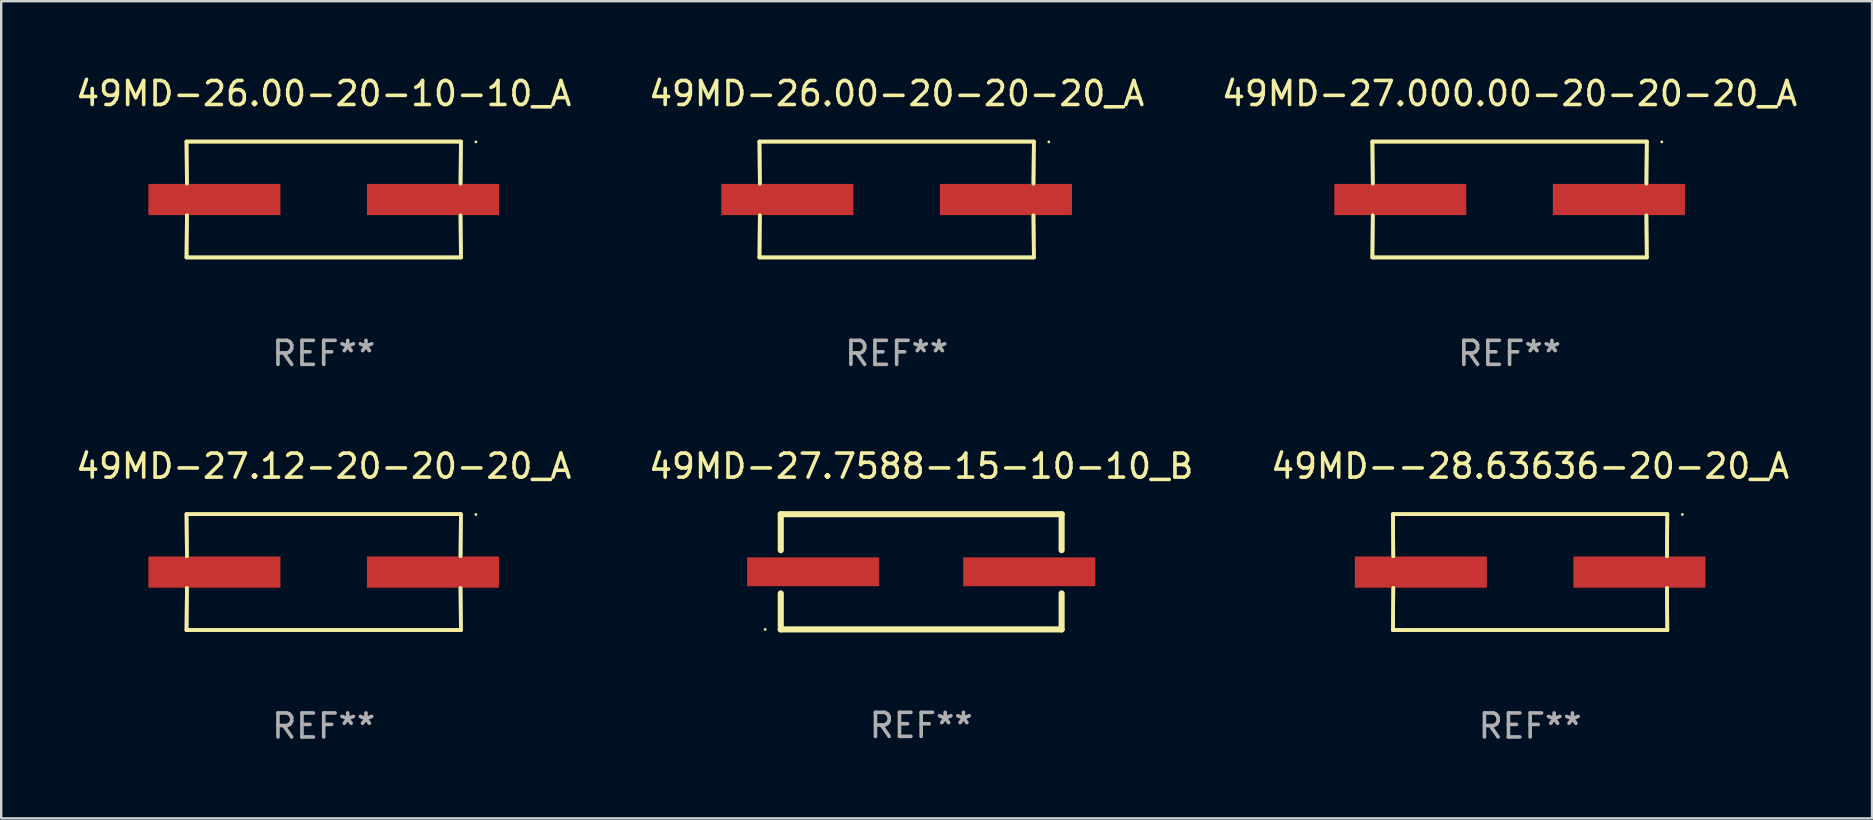
<source format=kicad_pcb>
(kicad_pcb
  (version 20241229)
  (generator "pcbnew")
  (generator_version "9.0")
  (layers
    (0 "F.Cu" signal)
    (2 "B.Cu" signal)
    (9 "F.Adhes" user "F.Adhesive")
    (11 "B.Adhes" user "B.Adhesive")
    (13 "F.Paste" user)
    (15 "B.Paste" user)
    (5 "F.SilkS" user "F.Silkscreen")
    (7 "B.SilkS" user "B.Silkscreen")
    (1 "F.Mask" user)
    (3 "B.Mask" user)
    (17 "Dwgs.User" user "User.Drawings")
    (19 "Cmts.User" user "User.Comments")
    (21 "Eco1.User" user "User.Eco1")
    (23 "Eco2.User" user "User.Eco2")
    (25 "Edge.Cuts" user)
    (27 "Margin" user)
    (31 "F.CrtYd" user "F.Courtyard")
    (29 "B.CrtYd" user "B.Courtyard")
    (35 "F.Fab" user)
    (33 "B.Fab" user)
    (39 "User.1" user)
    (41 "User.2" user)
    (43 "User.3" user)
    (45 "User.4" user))
  (footprint "49MD-27.000.00-20-20-20_A"
    (layer "F.Cu")
    (at 59.839 5.261)
    (property "Reference" "49MD-27.000.00-20-20-20_A" (at 0 -4.413 0) (layer "F.SilkS") (effects (font (size 1 1) (thickness 0.15))))
    (attr through_hole)
    (fp_line (start -5.715 -2.413) (end -5.7 -0.662) (stroke (width 0.152) (type solid)) (layer "F.SilkS"))
    (fp_line (start -5.715 -2.413) (end -5.7 -0.662) (stroke (width 0.152) (type solid)) (layer "F.SilkS"))
    (fp_line (start -5.715 2.413) (end 5.715 2.413) (stroke (width 0.152) (type solid)) (layer "F.SilkS"))
    (fp_line (start -5.715 2.413) (end 5.715 2.413) (stroke (width 0.152) (type solid)) (layer "F.SilkS"))
    (fp_line (start -5.7 0.662) (end -5.715 2.413) (stroke (width 0.152) (type solid)) (layer "F.SilkS"))
    (fp_line (start -5.7 0.662) (end -5.715 2.413) (stroke (width 0.152) (type solid)) (layer "F.SilkS"))
    (fp_line (start 5.7 -0.662) (end 5.715 -2.413) (stroke (width 0.152) (type solid)) (layer "F.SilkS"))
    (fp_line (start 5.7 -0.662) (end 5.715 -2.413) (stroke (width 0.152) (type solid)) (layer "F.SilkS"))
    (fp_line (start 5.715 -2.413) (end -5.715 -2.413) (stroke (width 0.152) (type solid)) (layer "F.SilkS"))
    (fp_line (start 5.715 -2.413) (end -5.715 -2.413) (stroke (width 0.152) (type solid)) (layer "F.SilkS"))
    (fp_line (start 5.715 2.413) (end 5.7 0.662) (stroke (width 0.152) (type solid)) (layer "F.SilkS"))
    (fp_line (start 5.715 2.413) (end 5.7 0.662) (stroke (width 0.152) (type solid)) (layer "F.SilkS"))
    (fp_circle (center 6.34 -2.4) (end 6.37 -2.4) (stroke (width 0.06) (type solid)) (fill no) (layer "F.SilkS"))
    (fp_text user "REF**" (at 0 6.413 0) (layer "F.Fab") (effects (font (size 1 1) (thickness 0.15))))
    (pad "1" smd rect (at 4.553 0) (size 5.5 1.3) (layers "F.Cu" "F.Mask" "F.Paste"))
    (pad "2" smd rect (at -4.553 0) (size 5.5 1.3) (layers "F.Cu" "F.Mask" "F.Paste")))
  (footprint "49MD--28.63636-20-20_A"
    (layer "F.Cu")
    (at 60.696 20.784)
    (property "Reference" "49MD--28.63636-20-20_A" (at 0 -4.413 0) (layer "F.SilkS") (effects (font (size 1 1) (thickness 0.15))))
    (attr through_hole)
    (fp_line (start -5.715 -2.413) (end -5.7 -0.662) (stroke (width 0.152) (type solid)) (layer "F.SilkS"))
    (fp_line (start -5.715 -2.413) (end -5.7 -0.662) (stroke (width 0.152) (type solid)) (layer "F.SilkS"))
    (fp_line (start -5.715 2.413) (end 5.715 2.413) (stroke (width 0.152) (type solid)) (layer "F.SilkS"))
    (fp_line (start -5.715 2.413) (end 5.715 2.413) (stroke (width 0.152) (type solid)) (layer "F.SilkS"))
    (fp_line (start -5.7 0.662) (end -5.715 2.413) (stroke (width 0.152) (type solid)) (layer "F.SilkS"))
    (fp_line (start -5.7 0.662) (end -5.715 2.413) (stroke (width 0.152) (type solid)) (layer "F.SilkS"))
    (fp_line (start 5.7 -0.662) (end 5.715 -2.413) (stroke (width 0.152) (type solid)) (layer "F.SilkS"))
    (fp_line (start 5.7 -0.662) (end 5.715 -2.413) (stroke (width 0.152) (type solid)) (layer "F.SilkS"))
    (fp_line (start 5.715 -2.413) (end -5.715 -2.413) (stroke (width 0.152) (type solid)) (layer "F.SilkS"))
    (fp_line (start 5.715 -2.413) (end -5.715 -2.413) (stroke (width 0.152) (type solid)) (layer "F.SilkS"))
    (fp_line (start 5.715 2.413) (end 5.7 0.662) (stroke (width 0.152) (type solid)) (layer "F.SilkS"))
    (fp_line (start 5.715 2.413) (end 5.7 0.662) (stroke (width 0.152) (type solid)) (layer "F.SilkS"))
    (fp_circle (center 6.34 -2.4) (end 6.37 -2.4) (stroke (width 0.06) (type solid)) (fill no) (layer "F.SilkS"))
    (fp_text user "REF**" (at 0 6.413 0) (layer "F.Fab") (effects (font (size 1 1) (thickness 0.15))))
    (pad "1" smd rect (at 4.553 0) (size 5.5 1.3) (layers "F.Cu" "F.Mask" "F.Paste"))
    (pad "2" smd rect (at -4.553 0) (size 5.5 1.3) (layers "F.Cu" "F.Mask" "F.Paste")))
  (footprint "49MD-27.7588-15-10-10_B"
    (layer "F.Cu")
    (at 35.327 20.771)
    (property "Reference" "49MD-27.7588-15-10-10_B" (at 0 -4.4 0) (layer "F.SilkS") (effects (font (size 1 1) (thickness 0.15))))
    (attr through_hole)
    (fp_line (start -5.85 -2.4) (end 5.85 -2.4) (stroke (width 0.254) (type solid)) (layer "F.SilkS"))
    (fp_line (start -5.85 -2.4) (end -5.85 -0.9) (stroke (width 0.254) (type solid)) (layer "F.SilkS"))
    (fp_line (start -5.85 2.4) (end 5.85 2.4) (stroke (width 0.254) (type solid)) (layer "F.SilkS"))
    (fp_line (start -5.85 0.9) (end -5.85 2.4) (stroke (width 0.254) (type solid)) (layer "F.SilkS"))
    (fp_line (start 5.85 -2.4) (end 5.85 -0.9) (stroke (width 0.254) (type solid)) (layer "F.SilkS"))
    (fp_line (start 5.85 0.9) (end 5.85 2.4) (stroke (width 0.254) (type solid)) (layer "F.SilkS"))
    (fp_circle (center -6.5 2.4) (end -6.47 2.4) (stroke (width 0.06) (type solid)) (fill no) (layer "F.SilkS"))
    (fp_text user "REF**" (at 0 6.4 0) (layer "F.Fab") (effects (font (size 1 1) (thickness 0.15))))
    (pad "1" smd rect (at -4.5 -0.000025) (size 5.5 1.2) (layers "F.Cu" "F.Mask" "F.Paste"))
    (pad "2" smd rect (at 4.5 -0.000025) (size 5.5 1.2) (layers "F.Cu" "F.Mask" "F.Paste")))
  (footprint "49MD-27.12-20-20-20_A"
    (layer "F.Cu")
    (at 10.435 20.784)
    (property "Reference" "49MD-27.12-20-20-20_A" (at 0 -4.413 0) (layer "F.SilkS") (effects (font (size 1 1) (thickness 0.15))))
    (attr through_hole)
    (fp_line (start -5.715 -2.413) (end -5.7 -0.662) (stroke (width 0.152) (type solid)) (layer "F.SilkS"))
    (fp_line (start -5.715 -2.413) (end -5.7 -0.662) (stroke (width 0.152) (type solid)) (layer "F.SilkS"))
    (fp_line (start -5.715 2.413) (end 5.715 2.413) (stroke (width 0.152) (type solid)) (layer "F.SilkS"))
    (fp_line (start -5.715 2.413) (end 5.715 2.413) (stroke (width 0.152) (type solid)) (layer "F.SilkS"))
    (fp_line (start -5.7 0.662) (end -5.715 2.413) (stroke (width 0.152) (type solid)) (layer "F.SilkS"))
    (fp_line (start -5.7 0.662) (end -5.715 2.413) (stroke (width 0.152) (type solid)) (layer "F.SilkS"))
    (fp_line (start 5.7 -0.662) (end 5.715 -2.413) (stroke (width 0.152) (type solid)) (layer "F.SilkS"))
    (fp_line (start 5.7 -0.662) (end 5.715 -2.413) (stroke (width 0.152) (type solid)) (layer "F.SilkS"))
    (fp_line (start 5.715 -2.413) (end -5.715 -2.413) (stroke (width 0.152) (type solid)) (layer "F.SilkS"))
    (fp_line (start 5.715 -2.413) (end -5.715 -2.413) (stroke (width 0.152) (type solid)) (layer "F.SilkS"))
    (fp_line (start 5.715 2.413) (end 5.7 0.662) (stroke (width 0.152) (type solid)) (layer "F.SilkS"))
    (fp_line (start 5.715 2.413) (end 5.7 0.662) (stroke (width 0.152) (type solid)) (layer "F.SilkS"))
    (fp_circle (center 6.34 -2.4) (end 6.37 -2.4) (stroke (width 0.06) (type solid)) (fill no) (layer "F.SilkS"))
    (fp_text user "REF**" (at 0 6.413 0) (layer "F.Fab") (effects (font (size 1 1) (thickness 0.15))))
    (pad "1" smd rect (at 4.553 0) (size 5.5 1.3) (layers "F.Cu" "F.Mask" "F.Paste"))
    (pad "2" smd rect (at -4.553 0) (size 5.5 1.3) (layers "F.Cu" "F.Mask" "F.Paste")))
  (footprint "49MD-26.00-20-10-10_A"
    (layer "F.Cu")
    (at 10.435 5.261)
    (property "Reference" "49MD-26.00-20-10-10_A" (at 0 -4.413 0) (layer "F.SilkS") (effects (font (size 1 1) (thickness 0.15))))
    (attr through_hole)
    (fp_line (start -5.715 -2.413) (end -5.7 -0.662) (stroke (width 0.152) (type solid)) (layer "F.SilkS"))
    (fp_line (start -5.715 -2.413) (end -5.7 -0.662) (stroke (width 0.152) (type solid)) (layer "F.SilkS"))
    (fp_line (start -5.715 2.413) (end 5.715 2.413) (stroke (width 0.152) (type solid)) (layer "F.SilkS"))
    (fp_line (start -5.715 2.413) (end 5.715 2.413) (stroke (width 0.152) (type solid)) (layer "F.SilkS"))
    (fp_line (start -5.7 0.662) (end -5.715 2.413) (stroke (width 0.152) (type solid)) (layer "F.SilkS"))
    (fp_line (start -5.7 0.662) (end -5.715 2.413) (stroke (width 0.152) (type solid)) (layer "F.SilkS"))
    (fp_line (start 5.7 -0.662) (end 5.715 -2.413) (stroke (width 0.152) (type solid)) (layer "F.SilkS"))
    (fp_line (start 5.7 -0.662) (end 5.715 -2.413) (stroke (width 0.152) (type solid)) (layer "F.SilkS"))
    (fp_line (start 5.715 -2.413) (end -5.715 -2.413) (stroke (width 0.152) (type solid)) (layer "F.SilkS"))
    (fp_line (start 5.715 -2.413) (end -5.715 -2.413) (stroke (width 0.152) (type solid)) (layer "F.SilkS"))
    (fp_line (start 5.715 2.413) (end 5.7 0.662) (stroke (width 0.152) (type solid)) (layer "F.SilkS"))
    (fp_line (start 5.715 2.413) (end 5.7 0.662) (stroke (width 0.152) (type solid)) (layer "F.SilkS"))
    (fp_circle (center 6.34 -2.4) (end 6.37 -2.4) (stroke (width 0.06) (type solid)) (fill no) (layer "F.SilkS"))
    (fp_text user "REF**" (at 0 6.413 0) (layer "F.Fab") (effects (font (size 1 1) (thickness 0.15))))
    (pad "1" smd rect (at 4.553 0) (size 5.5 1.3) (layers "F.Cu" "F.Mask" "F.Paste"))
    (pad "2" smd rect (at -4.553 0) (size 5.5 1.3) (layers "F.Cu" "F.Mask" "F.Paste")))
  (footprint "49MD-26.00-20-20-20_A"
    (layer "F.Cu")
    (at 34.304 5.261)
    (property "Reference" "49MD-26.00-20-20-20_A" (at 0 -4.413 0) (layer "F.SilkS") (effects (font (size 1 1) (thickness 0.15))))
    (attr through_hole)
    (fp_line (start -5.715 -2.413) (end -5.7 -0.662) (stroke (width 0.152) (type solid)) (layer "F.SilkS"))
    (fp_line (start -5.715 -2.413) (end -5.7 -0.662) (stroke (width 0.152) (type solid)) (layer "F.SilkS"))
    (fp_line (start -5.715 2.413) (end 5.715 2.413) (stroke (width 0.152) (type solid)) (layer "F.SilkS"))
    (fp_line (start -5.715 2.413) (end 5.715 2.413) (stroke (width 0.152) (type solid)) (layer "F.SilkS"))
    (fp_line (start -5.7 0.662) (end -5.715 2.413) (stroke (width 0.152) (type solid)) (layer "F.SilkS"))
    (fp_line (start -5.7 0.662) (end -5.715 2.413) (stroke (width 0.152) (type solid)) (layer "F.SilkS"))
    (fp_line (start 5.7 -0.662) (end 5.715 -2.413) (stroke (width 0.152) (type solid)) (layer "F.SilkS"))
    (fp_line (start 5.7 -0.662) (end 5.715 -2.413) (stroke (width 0.152) (type solid)) (layer "F.SilkS"))
    (fp_line (start 5.715 -2.413) (end -5.715 -2.413) (stroke (width 0.152) (type solid)) (layer "F.SilkS"))
    (fp_line (start 5.715 -2.413) (end -5.715 -2.413) (stroke (width 0.152) (type solid)) (layer "F.SilkS"))
    (fp_line (start 5.715 2.413) (end 5.7 0.662) (stroke (width 0.152) (type solid)) (layer "F.SilkS"))
    (fp_line (start 5.715 2.413) (end 5.7 0.662) (stroke (width 0.152) (type solid)) (layer "F.SilkS"))
    (fp_circle (center 6.34 -2.4) (end 6.37 -2.4) (stroke (width 0.06) (type solid)) (fill no) (layer "F.SilkS"))
    (fp_text user "REF**" (at 0 6.413 0) (layer "F.Fab") (effects (font (size 1 1) (thickness 0.15))))
    (pad "1" smd rect (at 4.553 0) (size 5.5 1.3) (layers "F.Cu" "F.Mask" "F.Paste"))
    (pad "2" smd rect (at -4.553 0) (size 5.5 1.3) (layers "F.Cu" "F.Mask" "F.Paste")))
  (gr_rect
    (start -3 -3)
    (end 74.94 31.045)
    (stroke (width 0.1) (type default))
    (fill no)
    (layer "Edge.Cuts")))
</source>
